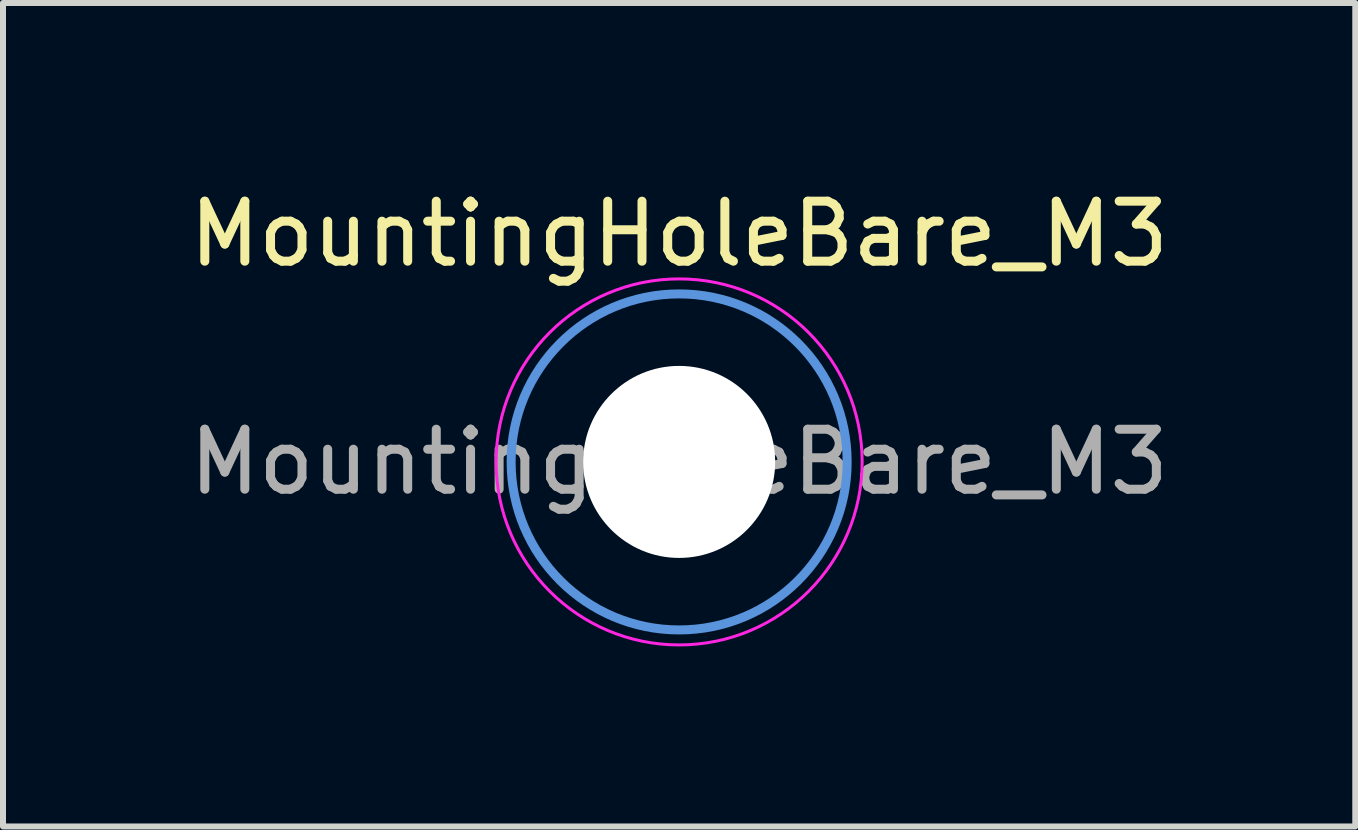
<source format=kicad_pcb>
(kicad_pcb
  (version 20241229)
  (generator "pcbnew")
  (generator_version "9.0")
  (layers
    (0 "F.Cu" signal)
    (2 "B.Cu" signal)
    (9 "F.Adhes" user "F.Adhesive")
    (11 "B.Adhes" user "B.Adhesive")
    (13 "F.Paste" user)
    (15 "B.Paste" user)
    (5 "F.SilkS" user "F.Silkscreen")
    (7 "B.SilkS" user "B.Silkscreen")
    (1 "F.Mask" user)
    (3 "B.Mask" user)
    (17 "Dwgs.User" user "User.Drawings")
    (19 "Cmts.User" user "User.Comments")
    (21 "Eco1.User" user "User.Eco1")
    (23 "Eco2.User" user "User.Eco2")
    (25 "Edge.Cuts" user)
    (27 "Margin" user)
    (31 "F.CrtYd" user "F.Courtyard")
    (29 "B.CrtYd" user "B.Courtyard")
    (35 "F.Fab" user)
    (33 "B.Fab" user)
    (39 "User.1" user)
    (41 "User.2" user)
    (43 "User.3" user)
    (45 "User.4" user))
  (footprint "MountingHoleBare_M3"
    (layer "F.Cu")
    (at 8.268 4.648)
    (property "Reference" "MountingHoleBare_M3" (at 0 -3.8 0) (layer "F.SilkS") (effects (font (size 1 1) (thickness 0.15))))
    (attr exclude_from_pos_files exclude_from_bom)
    (fp_circle (center 0 0) (end 2.8 0) (stroke (width 0.15) (type solid)) (fill no) (layer "Cmts.User"))
    (fp_circle (center 0 0) (end 3.05 0) (stroke (width 0.05) (type solid)) (fill no) (layer "F.CrtYd"))
    (fp_text user "${REFERENCE}" (at 0 0 0) (layer "F.Fab") (effects (font (size 1 1) (thickness 0.15))))
    (pad "" np_thru_hole circle (at 0 0) (size 3.2 3.2) (drill 3.2) (layers "*.Cu" "*.Mask")))
  (gr_rect
    (start -3 -3)
    (end 19.536 10.723)
    (stroke (width 0.1) (type default))
    (fill no)
    (layer "Edge.Cuts")))
</source>
